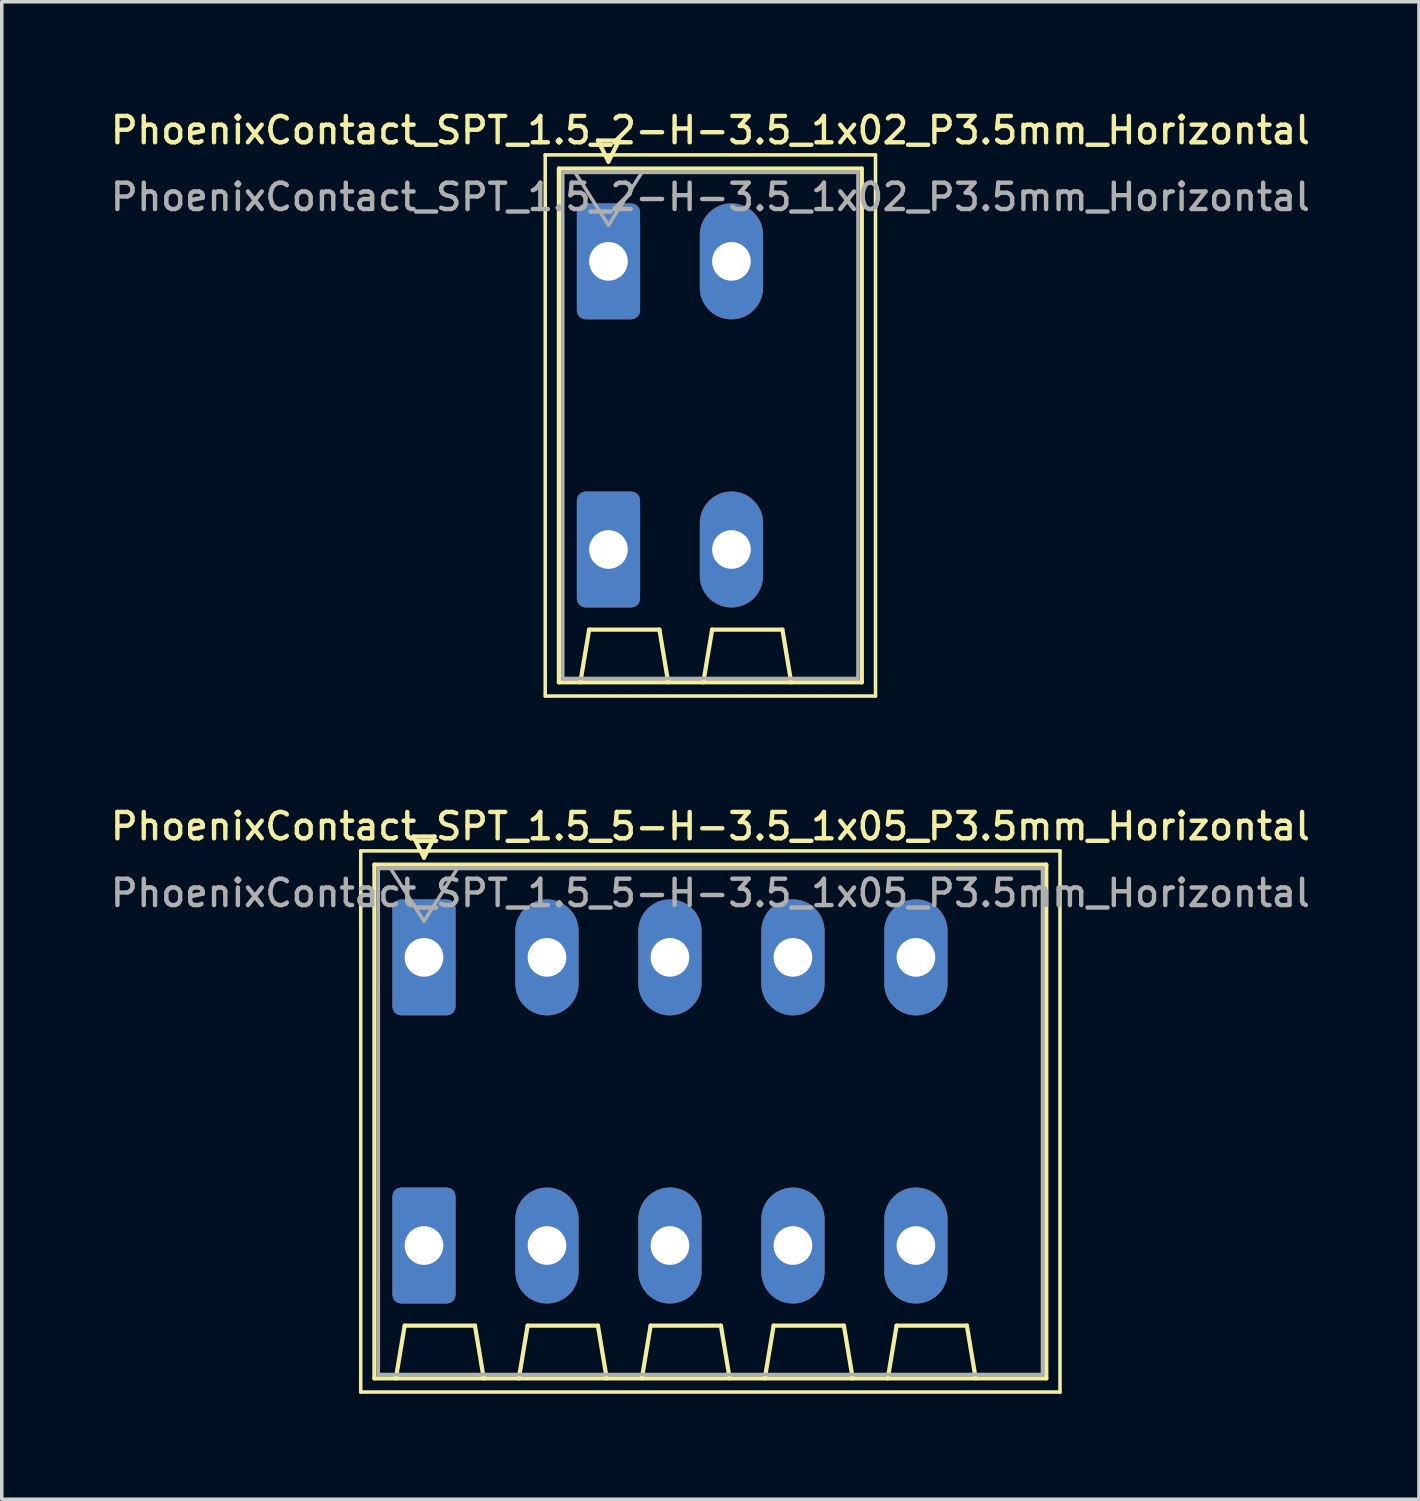
<source format=kicad_pcb>
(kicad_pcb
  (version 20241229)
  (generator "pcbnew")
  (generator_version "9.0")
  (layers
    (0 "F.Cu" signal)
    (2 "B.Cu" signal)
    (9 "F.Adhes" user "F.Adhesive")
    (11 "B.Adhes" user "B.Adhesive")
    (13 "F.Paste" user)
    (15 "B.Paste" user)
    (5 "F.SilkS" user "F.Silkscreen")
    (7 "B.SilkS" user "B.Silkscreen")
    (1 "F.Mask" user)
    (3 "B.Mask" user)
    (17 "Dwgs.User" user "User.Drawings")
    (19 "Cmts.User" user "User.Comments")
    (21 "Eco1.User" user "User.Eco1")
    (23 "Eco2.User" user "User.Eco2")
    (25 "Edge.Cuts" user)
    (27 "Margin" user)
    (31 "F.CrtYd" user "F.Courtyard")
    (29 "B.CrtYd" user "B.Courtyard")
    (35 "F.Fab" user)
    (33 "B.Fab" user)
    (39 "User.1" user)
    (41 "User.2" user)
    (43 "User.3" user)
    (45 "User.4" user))
  (footprint "PhoenixContact_SPT_1.5_2-H-3.5_1x02_P3.5mm_Horizontal"
    (layer "F.Cu")
    (at 14.266 4.388)
    (property "Reference" "PhoenixContact_SPT_1.5_2-H-3.5_1x02_P3.5mm_Horizontal" (at 2.9 -3.73 0) (layer "F.SilkS") (effects (font (size 0.75 0.75) (thickness 0.125))))
    (attr through_hole)
    (fp_line (start -1.8 -3.03) (end -1.8 12.37) (stroke (width 0.1) (type solid)) (layer "F.SilkS"))
    (fp_line (start -1.8 12.37) (end 7.6 12.37) (stroke (width 0.1) (type solid)) (layer "F.SilkS"))
    (fp_line (start -1.41 -2.64) (end 7.21 -2.64) (stroke (width 0.12) (type solid)) (layer "F.SilkS"))
    (fp_line (start -1.41 11.98) (end -1.41 -2.64) (stroke (width 0.12) (type solid)) (layer "F.SilkS"))
    (fp_line (start -0.8 11.98) (end -0.55 10.48) (stroke (width 0.12) (type solid)) (layer "F.SilkS"))
    (fp_line (start -0.55 10.48) (end 1.45 10.48) (stroke (width 0.12) (type solid)) (layer "F.SilkS"))
    (fp_line (start -0.3 -3.44) (end 0 -2.84) (stroke (width 0.12) (type solid)) (layer "F.SilkS"))
    (fp_line (start -0.3 -3.44) (end 0.3 -3.44) (stroke (width 0.12) (type solid)) (layer "F.SilkS"))
    (fp_line (start 0.3 -3.44) (end 0 -2.84) (stroke (width 0.12) (type solid)) (layer "F.SilkS"))
    (fp_line (start 1.7 11.98) (end 1.45 10.48) (stroke (width 0.12) (type solid)) (layer "F.SilkS"))
    (fp_line (start 2.7 11.98) (end 2.95 10.48) (stroke (width 0.12) (type solid)) (layer "F.SilkS"))
    (fp_line (start 2.95 10.48) (end 4.95 10.48) (stroke (width 0.12) (type solid)) (layer "F.SilkS"))
    (fp_line (start 5.2 11.98) (end 4.95 10.48) (stroke (width 0.12) (type solid)) (layer "F.SilkS"))
    (fp_line (start 7.21 -2.64) (end 7.21 11.98) (stroke (width 0.12) (type solid)) (layer "F.SilkS"))
    (fp_line (start 7.21 11.98) (end -1.41 11.98) (stroke (width 0.12) (type solid)) (layer "F.SilkS"))
    (fp_line (start 7.6 -3.03) (end -1.8 -3.03) (stroke (width 0.1) (type solid)) (layer "F.SilkS"))
    (fp_line (start 7.6 12.37) (end 7.6 -3.03) (stroke (width 0.1) (type solid)) (layer "F.SilkS"))
    (fp_line (start -1.3 -2.53) (end -1.3 11.87) (stroke (width 0.1) (type solid)) (layer "F.Fab"))
    (fp_line (start -1.3 11.87) (end 7.1 11.87) (stroke (width 0.1) (type solid)) (layer "F.Fab"))
    (fp_line (start -0.95 -2.53) (end 0 -1.03) (stroke (width 0.1) (type solid)) (layer "F.Fab"))
    (fp_line (start 0.95 -2.53) (end 0 -1.03) (stroke (width 0.1) (type solid)) (layer "F.Fab"))
    (fp_line (start 7.1 -2.53) (end -1.3 -2.53) (stroke (width 0.1) (type solid)) (layer "F.Fab"))
    (fp_line (start 7.1 11.87) (end 7.1 -2.53) (stroke (width 0.1) (type solid)) (layer "F.Fab"))
    (fp_text user "${REFERENCE}" (at 2.9 -1.83 0) (layer "F.Fab") (effects (font (size 0.75 0.75) (thickness 0.125))))
    (pad "1" thru_hole roundrect (at 0 0) (size 1.8 3.3) (drill 1.1) (layers "*.Cu" "*.Mask") (roundrect_rratio 0.139))
    (pad "1" thru_hole roundrect (at 0 8.2) (size 1.8 3.3) (drill 1.1) (layers "*.Cu" "*.Mask") (roundrect_rratio 0.139))
    (pad "2" thru_hole oval (at 3.5 0) (size 1.8 3.3) (drill 1.1) (layers "*.Cu" "*.Mask"))
    (pad "2" thru_hole oval (at 3.5 8.2) (size 1.8 3.3) (drill 1.1) (layers "*.Cu" "*.Mask")))
  (footprint "PhoenixContact_SPT_1.5_5-H-3.5_1x05_P3.5mm_Horizontal"
    (layer "F.Cu")
    (at 9.016 24.196)
    (property "Reference" "PhoenixContact_SPT_1.5_5-H-3.5_1x05_P3.5mm_Horizontal" (at 8.15 -3.73 0) (layer "F.SilkS") (effects (font (size 0.75 0.75) (thickness 0.125))))
    (attr through_hole)
    (fp_line (start -1.8 -3.03) (end -1.8 12.37) (stroke (width 0.1) (type solid)) (layer "F.SilkS"))
    (fp_line (start -1.8 12.37) (end 18.1 12.37) (stroke (width 0.1) (type solid)) (layer "F.SilkS"))
    (fp_line (start -1.41 -2.64) (end 17.71 -2.64) (stroke (width 0.12) (type solid)) (layer "F.SilkS"))
    (fp_line (start -1.41 11.98) (end -1.41 -2.64) (stroke (width 0.12) (type solid)) (layer "F.SilkS"))
    (fp_line (start -0.8 11.98) (end -0.55 10.48) (stroke (width 0.12) (type solid)) (layer "F.SilkS"))
    (fp_line (start -0.55 10.48) (end 1.45 10.48) (stroke (width 0.12) (type solid)) (layer "F.SilkS"))
    (fp_line (start -0.3 -3.44) (end 0 -2.84) (stroke (width 0.12) (type solid)) (layer "F.SilkS"))
    (fp_line (start -0.3 -3.44) (end 0.3 -3.44) (stroke (width 0.12) (type solid)) (layer "F.SilkS"))
    (fp_line (start 0.3 -3.44) (end 0 -2.84) (stroke (width 0.12) (type solid)) (layer "F.SilkS"))
    (fp_line (start 1.7 11.98) (end 1.45 10.48) (stroke (width 0.12) (type solid)) (layer "F.SilkS"))
    (fp_line (start 2.7 11.98) (end 2.95 10.48) (stroke (width 0.12) (type solid)) (layer "F.SilkS"))
    (fp_line (start 2.95 10.48) (end 4.95 10.48) (stroke (width 0.12) (type solid)) (layer "F.SilkS"))
    (fp_line (start 5.2 11.98) (end 4.95 10.48) (stroke (width 0.12) (type solid)) (layer "F.SilkS"))
    (fp_line (start 6.2 11.98) (end 6.45 10.48) (stroke (width 0.12) (type solid)) (layer "F.SilkS"))
    (fp_line (start 6.45 10.48) (end 8.45 10.48) (stroke (width 0.12) (type solid)) (layer "F.SilkS"))
    (fp_line (start 8.7 11.98) (end 8.45 10.48) (stroke (width 0.12) (type solid)) (layer "F.SilkS"))
    (fp_line (start 9.7 11.98) (end 9.95 10.48) (stroke (width 0.12) (type solid)) (layer "F.SilkS"))
    (fp_line (start 9.95 10.48) (end 11.95 10.48) (stroke (width 0.12) (type solid)) (layer "F.SilkS"))
    (fp_line (start 12.2 11.98) (end 11.95 10.48) (stroke (width 0.12) (type solid)) (layer "F.SilkS"))
    (fp_line (start 13.2 11.98) (end 13.45 10.48) (stroke (width 0.12) (type solid)) (layer "F.SilkS"))
    (fp_line (start 13.45 10.48) (end 15.45 10.48) (stroke (width 0.12) (type solid)) (layer "F.SilkS"))
    (fp_line (start 15.7 11.98) (end 15.45 10.48) (stroke (width 0.12) (type solid)) (layer "F.SilkS"))
    (fp_line (start 17.71 -2.64) (end 17.71 11.98) (stroke (width 0.12) (type solid)) (layer "F.SilkS"))
    (fp_line (start 17.71 11.98) (end -1.41 11.98) (stroke (width 0.12) (type solid)) (layer "F.SilkS"))
    (fp_line (start 18.1 -3.03) (end -1.8 -3.03) (stroke (width 0.1) (type solid)) (layer "F.SilkS"))
    (fp_line (start 18.1 12.37) (end 18.1 -3.03) (stroke (width 0.1) (type solid)) (layer "F.SilkS"))
    (fp_line (start -1.3 -2.53) (end -1.3 11.87) (stroke (width 0.1) (type solid)) (layer "F.Fab"))
    (fp_line (start -1.3 11.87) (end 17.6 11.87) (stroke (width 0.1) (type solid)) (layer "F.Fab"))
    (fp_line (start -0.95 -2.53) (end 0 -1.03) (stroke (width 0.1) (type solid)) (layer "F.Fab"))
    (fp_line (start 0.95 -2.53) (end 0 -1.03) (stroke (width 0.1) (type solid)) (layer "F.Fab"))
    (fp_line (start 17.6 -2.53) (end -1.3 -2.53) (stroke (width 0.1) (type solid)) (layer "F.Fab"))
    (fp_line (start 17.6 11.87) (end 17.6 -2.53) (stroke (width 0.1) (type solid)) (layer "F.Fab"))
    (fp_text user "${REFERENCE}" (at 8.15 -1.83 0) (layer "F.Fab") (effects (font (size 0.75 0.75) (thickness 0.125))))
    (pad "1" thru_hole roundrect (at 0 0) (size 1.8 3.3) (drill 1.1) (layers "*.Cu" "*.Mask") (roundrect_rratio 0.139))
    (pad "1" thru_hole roundrect (at 0 8.2) (size 1.8 3.3) (drill 1.1) (layers "*.Cu" "*.Mask") (roundrect_rratio 0.139))
    (pad "2" thru_hole oval (at 3.5 0) (size 1.8 3.3) (drill 1.1) (layers "*.Cu" "*.Mask"))
    (pad "2" thru_hole oval (at 3.5 8.2) (size 1.8 3.3) (drill 1.1) (layers "*.Cu" "*.Mask"))
    (pad "3" thru_hole oval (at 7 0) (size 1.8 3.3) (drill 1.1) (layers "*.Cu" "*.Mask"))
    (pad "3" thru_hole oval (at 7 8.2) (size 1.8 3.3) (drill 1.1) (layers "*.Cu" "*.Mask"))
    (pad "4" thru_hole oval (at 10.5 0) (size 1.8 3.3) (drill 1.1) (layers "*.Cu" "*.Mask"))
    (pad "4" thru_hole oval (at 10.5 8.2) (size 1.8 3.3) (drill 1.1) (layers "*.Cu" "*.Mask"))
    (pad "5" thru_hole oval (at 14 0) (size 1.8 3.3) (drill 1.1) (layers "*.Cu" "*.Mask"))
    (pad "5" thru_hole oval (at 14 8.2) (size 1.8 3.3) (drill 1.1) (layers "*.Cu" "*.Mask")))
  (gr_rect
    (start -3 -3)
    (end 37.332 39.616)
    (stroke (width 0.1) (type default))
    (fill no)
    (layer "Edge.Cuts")))
</source>
